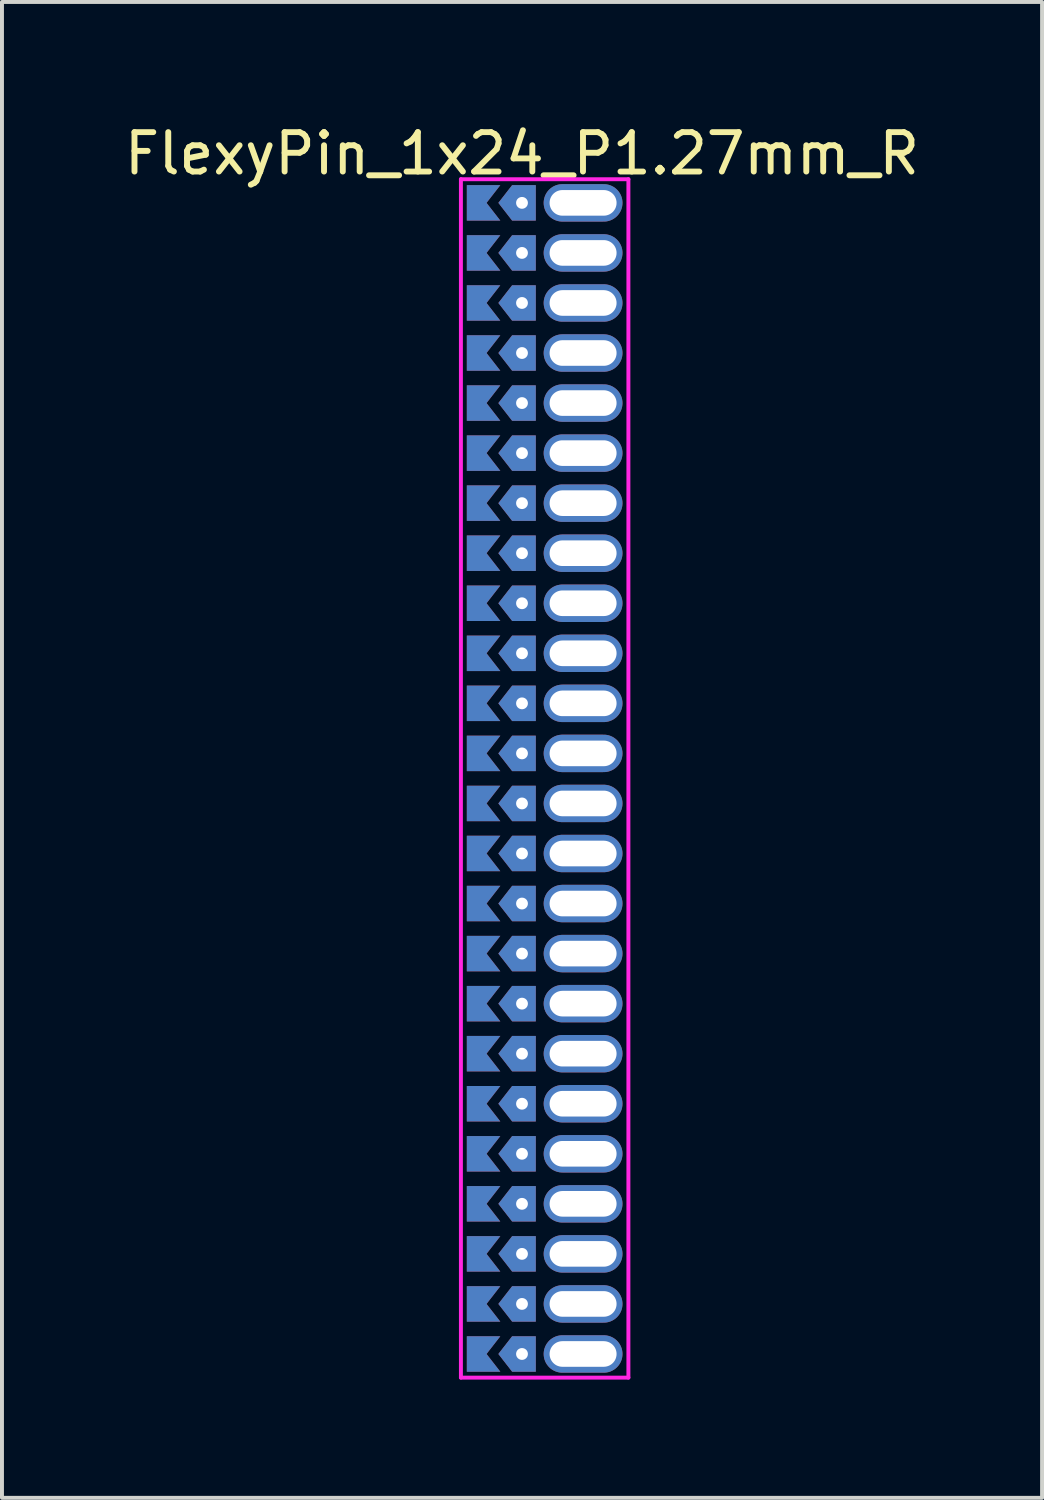
<source format=kicad_pcb>
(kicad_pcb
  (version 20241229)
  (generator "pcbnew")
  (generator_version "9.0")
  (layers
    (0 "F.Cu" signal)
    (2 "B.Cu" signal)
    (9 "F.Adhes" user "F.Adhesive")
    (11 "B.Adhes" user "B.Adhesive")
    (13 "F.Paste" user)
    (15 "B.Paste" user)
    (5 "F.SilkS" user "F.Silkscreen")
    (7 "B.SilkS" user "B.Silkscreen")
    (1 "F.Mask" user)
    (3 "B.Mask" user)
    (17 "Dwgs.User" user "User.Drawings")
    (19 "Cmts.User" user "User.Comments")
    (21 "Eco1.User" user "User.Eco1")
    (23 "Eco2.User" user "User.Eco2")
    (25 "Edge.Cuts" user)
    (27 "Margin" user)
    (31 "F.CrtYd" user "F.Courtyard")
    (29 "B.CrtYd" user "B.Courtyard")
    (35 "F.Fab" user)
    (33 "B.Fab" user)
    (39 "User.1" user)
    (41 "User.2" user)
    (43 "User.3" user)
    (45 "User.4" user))
  (footprint "FlexyPin_1x24_P1.27mm_R"
    (layer "F.Cu")
    (at 10.196 2.098)
    (property "Reference" "FlexyPin_1x24_P1.27mm_R" (at 0 -1.25 0) (layer "F.SilkS") (effects (font (size 1 1) (thickness 0.15))))
    (attr through_hole)
    (fp_line (start -1.55 -0.6) (end 2.7 -0.6) (stroke (width 0.1) (type solid)) (layer "F.CrtYd"))
    (fp_line (start -1.55 29.81) (end -1.55 -0.6) (stroke (width 0.1) (type solid)) (layer "F.CrtYd"))
    (fp_line (start 2.7 -0.6) (end 2.7 29.81) (stroke (width 0.1) (type solid)) (layer "F.CrtYd"))
    (fp_line (start 2.7 29.81) (end -1.55 29.81) (stroke (width 0.1) (type solid)) (layer "F.CrtYd"))
    (pad "" thru_hole custom (at 0 0) (size 0.3 0.3) (drill 0.6) (layers "*.Cu" "*.Mask") (options (anchor rect)) (primitives (gr_poly (pts (xy 0.35 0.45) (xy 0.35 -0.45) (xy -0.25 -0.45) (xy -0.6 0) (xy -0.25 0.45)) (width 0) (fill yes))))
    (pad "" thru_hole custom (at 0 1.27) (size 0.3 0.3) (drill 0.6) (layers "*.Cu" "*.Mask") (options (anchor rect)) (primitives (gr_poly (pts (xy 0.35 0.45) (xy 0.35 -0.45) (xy -0.25 -0.45) (xy -0.6 0) (xy -0.25 0.45)) (width 0) (fill yes))))
    (pad "" thru_hole custom (at 0 2.54) (size 0.3 0.3) (drill 0.6) (layers "*.Cu" "*.Mask") (options (anchor rect)) (primitives (gr_poly (pts (xy 0.35 0.45) (xy 0.35 -0.45) (xy -0.25 -0.45) (xy -0.6 0) (xy -0.25 0.45)) (width 0) (fill yes))))
    (pad "" thru_hole custom (at 0 3.81) (size 0.3 0.3) (drill 0.6) (layers "*.Cu" "*.Mask") (options (anchor rect)) (primitives (gr_poly (pts (xy 0.35 0.45) (xy 0.35 -0.45) (xy -0.25 -0.45) (xy -0.6 0) (xy -0.25 0.45)) (width 0) (fill yes))))
    (pad "" thru_hole custom (at 0 5.08) (size 0.3 0.3) (drill 0.6) (layers "*.Cu" "*.Mask") (options (anchor rect)) (primitives (gr_poly (pts (xy 0.35 0.45) (xy 0.35 -0.45) (xy -0.25 -0.45) (xy -0.6 0) (xy -0.25 0.45)) (width 0) (fill yes))))
    (pad "" thru_hole custom (at 0 6.35) (size 0.3 0.3) (drill 0.6) (layers "*.Cu" "*.Mask") (options (anchor rect)) (primitives (gr_poly (pts (xy 0.35 0.45) (xy 0.35 -0.45) (xy -0.25 -0.45) (xy -0.6 0) (xy -0.25 0.45)) (width 0) (fill yes))))
    (pad "" thru_hole custom (at 0 7.62) (size 0.3 0.3) (drill 0.6) (layers "*.Cu" "*.Mask") (options (anchor rect)) (primitives (gr_poly (pts (xy 0.35 0.45) (xy 0.35 -0.45) (xy -0.25 -0.45) (xy -0.6 0) (xy -0.25 0.45)) (width 0) (fill yes))))
    (pad "" thru_hole custom (at 0 8.89) (size 0.3 0.3) (drill 0.6) (layers "*.Cu" "*.Mask") (options (anchor rect)) (primitives (gr_poly (pts (xy 0.35 0.45) (xy 0.35 -0.45) (xy -0.25 -0.45) (xy -0.6 0) (xy -0.25 0.45)) (width 0) (fill yes))))
    (pad "" thru_hole custom (at 0 10.16) (size 0.3 0.3) (drill 0.6) (layers "*.Cu" "*.Mask") (options (anchor rect)) (primitives (gr_poly (pts (xy 0.35 0.45) (xy 0.35 -0.45) (xy -0.25 -0.45) (xy -0.6 0) (xy -0.25 0.45)) (width 0) (fill yes))))
    (pad "" thru_hole custom (at 0 11.43) (size 0.3 0.3) (drill 0.6) (layers "*.Cu" "*.Mask") (options (anchor rect)) (primitives (gr_poly (pts (xy 0.35 0.45) (xy 0.35 -0.45) (xy -0.25 -0.45) (xy -0.6 0) (xy -0.25 0.45)) (width 0) (fill yes))))
    (pad "" thru_hole custom (at 0 12.7) (size 0.3 0.3) (drill 0.6) (layers "*.Cu" "*.Mask") (options (anchor rect)) (primitives (gr_poly (pts (xy 0.35 0.45) (xy 0.35 -0.45) (xy -0.25 -0.45) (xy -0.6 0) (xy -0.25 0.45)) (width 0) (fill yes))))
    (pad "" thru_hole custom (at 0 13.97) (size 0.3 0.3) (drill 0.6) (layers "*.Cu" "*.Mask") (options (anchor rect)) (primitives (gr_poly (pts (xy 0.35 0.45) (xy 0.35 -0.45) (xy -0.25 -0.45) (xy -0.6 0) (xy -0.25 0.45)) (width 0) (fill yes))))
    (pad "" thru_hole custom (at 0 15.24) (size 0.3 0.3) (drill 0.6) (layers "*.Cu" "*.Mask") (options (anchor rect)) (primitives (gr_poly (pts (xy 0.35 0.45) (xy 0.35 -0.45) (xy -0.25 -0.45) (xy -0.6 0) (xy -0.25 0.45)) (width 0) (fill yes))))
    (pad "" thru_hole custom (at 0 16.51) (size 0.3 0.3) (drill 0.6) (layers "*.Cu" "*.Mask") (options (anchor rect)) (primitives (gr_poly (pts (xy 0.35 0.45) (xy 0.35 -0.45) (xy -0.25 -0.45) (xy -0.6 0) (xy -0.25 0.45)) (width 0) (fill yes))))
    (pad "" thru_hole custom (at 0 17.78) (size 0.3 0.3) (drill 0.6) (layers "*.Cu" "*.Mask") (options (anchor rect)) (primitives (gr_poly (pts (xy 0.35 0.45) (xy 0.35 -0.45) (xy -0.25 -0.45) (xy -0.6 0) (xy -0.25 0.45)) (width 0) (fill yes))))
    (pad "" thru_hole custom (at 0 19.05) (size 0.3 0.3) (drill 0.6) (layers "*.Cu" "*.Mask") (options (anchor rect)) (primitives (gr_poly (pts (xy 0.35 0.45) (xy 0.35 -0.45) (xy -0.25 -0.45) (xy -0.6 0) (xy -0.25 0.45)) (width 0) (fill yes))))
    (pad "" thru_hole custom (at 0 20.32) (size 0.3 0.3) (drill 0.6) (layers "*.Cu" "*.Mask") (options (anchor rect)) (primitives (gr_poly (pts (xy 0.35 0.45) (xy 0.35 -0.45) (xy -0.25 -0.45) (xy -0.6 0) (xy -0.25 0.45)) (width 0) (fill yes))))
    (pad "" thru_hole custom (at 0 21.59) (size 0.3 0.3) (drill 0.6) (layers "*.Cu" "*.Mask") (options (anchor rect)) (primitives (gr_poly (pts (xy 0.35 0.45) (xy 0.35 -0.45) (xy -0.25 -0.45) (xy -0.6 0) (xy -0.25 0.45)) (width 0) (fill yes))))
    (pad "" thru_hole custom (at 0 22.86) (size 0.3 0.3) (drill 0.6) (layers "*.Cu" "*.Mask") (options (anchor rect)) (primitives (gr_poly (pts (xy 0.35 0.45) (xy 0.35 -0.45) (xy -0.25 -0.45) (xy -0.6 0) (xy -0.25 0.45)) (width 0) (fill yes))))
    (pad "" thru_hole custom (at 0 24.13) (size 0.3 0.3) (drill 0.6) (layers "*.Cu" "*.Mask") (options (anchor rect)) (primitives (gr_poly (pts (xy 0.35 0.45) (xy 0.35 -0.45) (xy -0.25 -0.45) (xy -0.6 0) (xy -0.25 0.45)) (width 0) (fill yes))))
    (pad "" thru_hole custom (at 0 25.4) (size 0.3 0.3) (drill 0.6) (layers "*.Cu" "*.Mask") (options (anchor rect)) (primitives (gr_poly (pts (xy 0.35 0.45) (xy 0.35 -0.45) (xy -0.25 -0.45) (xy -0.6 0) (xy -0.25 0.45)) (width 0) (fill yes))))
    (pad "" thru_hole custom (at 0 26.67) (size 0.3 0.3) (drill 0.6) (layers "*.Cu" "*.Mask") (options (anchor rect)) (primitives (gr_poly (pts (xy 0.35 0.45) (xy 0.35 -0.45) (xy -0.25 -0.45) (xy -0.6 0) (xy -0.25 0.45)) (width 0) (fill yes))))
    (pad "" thru_hole custom (at 0 27.94) (size 0.3 0.3) (drill 0.6) (layers "*.Cu" "*.Mask") (options (anchor rect)) (primitives (gr_poly (pts (xy 0.35 0.45) (xy 0.35 -0.45) (xy -0.25 -0.45) (xy -0.6 0) (xy -0.25 0.45)) (width 0) (fill yes))))
    (pad "" thru_hole custom (at 0 29.21) (size 0.3 0.3) (drill 0.6) (layers "*.Cu" "*.Mask") (options (anchor rect)) (primitives (gr_poly (pts (xy 0.35 0.45) (xy 0.35 -0.45) (xy -0.25 -0.45) (xy -0.6 0) (xy -0.25 0.45)) (width 0) (fill yes))))
    (pad "" thru_hole oval (at 1.55 0) (size 2 0.95) (drill oval 1.7 0.65) (layers "*.Cu" "*.Mask"))
    (pad "" thru_hole oval (at 1.55 1.27) (size 2 0.95) (drill oval 1.7 0.65) (layers "*.Cu" "*.Mask"))
    (pad "" thru_hole oval (at 1.55 2.54) (size 2 0.95) (drill oval 1.7 0.65) (layers "*.Cu" "*.Mask"))
    (pad "" thru_hole oval (at 1.55 3.81) (size 2 0.95) (drill oval 1.7 0.65) (layers "*.Cu" "*.Mask"))
    (pad "" thru_hole oval (at 1.55 5.08) (size 2 0.95) (drill oval 1.7 0.65) (layers "*.Cu" "*.Mask"))
    (pad "" thru_hole oval (at 1.55 6.35) (size 2 0.95) (drill oval 1.7 0.65) (layers "*.Cu" "*.Mask"))
    (pad "" thru_hole oval (at 1.55 7.62) (size 2 0.95) (drill oval 1.7 0.65) (layers "*.Cu" "*.Mask"))
    (pad "" thru_hole oval (at 1.55 8.89) (size 2 0.95) (drill oval 1.7 0.65) (layers "*.Cu" "*.Mask"))
    (pad "" thru_hole oval (at 1.55 10.16) (size 2 0.95) (drill oval 1.7 0.65) (layers "*.Cu" "*.Mask"))
    (pad "" thru_hole oval (at 1.55 11.43) (size 2 0.95) (drill oval 1.7 0.65) (layers "*.Cu" "*.Mask"))
    (pad "" thru_hole oval (at 1.55 12.7) (size 2 0.95) (drill oval 1.7 0.65) (layers "*.Cu" "*.Mask"))
    (pad "" thru_hole oval (at 1.55 13.97) (size 2 0.95) (drill oval 1.7 0.65) (layers "*.Cu" "*.Mask"))
    (pad "" thru_hole oval (at 1.55 15.24) (size 2 0.95) (drill oval 1.7 0.65) (layers "*.Cu" "*.Mask"))
    (pad "" thru_hole oval (at 1.55 16.51) (size 2 0.95) (drill oval 1.7 0.65) (layers "*.Cu" "*.Mask"))
    (pad "" thru_hole oval (at 1.55 17.78) (size 2 0.95) (drill oval 1.7 0.65) (layers "*.Cu" "*.Mask"))
    (pad "" thru_hole oval (at 1.55 19.05) (size 2 0.95) (drill oval 1.7 0.65) (layers "*.Cu" "*.Mask"))
    (pad "" thru_hole oval (at 1.55 20.32) (size 2 0.95) (drill oval 1.7 0.65) (layers "*.Cu" "*.Mask"))
    (pad "" thru_hole oval (at 1.55 21.59) (size 2 0.95) (drill oval 1.7 0.65) (layers "*.Cu" "*.Mask"))
    (pad "" thru_hole oval (at 1.55 22.86) (size 2 0.95) (drill oval 1.7 0.65) (layers "*.Cu" "*.Mask"))
    (pad "" thru_hole oval (at 1.55 24.13) (size 2 0.95) (drill oval 1.7 0.65) (layers "*.Cu" "*.Mask"))
    (pad "" thru_hole oval (at 1.55 25.4) (size 2 0.95) (drill oval 1.7 0.65) (layers "*.Cu" "*.Mask"))
    (pad "" thru_hole oval (at 1.55 26.67) (size 2 0.95) (drill oval 1.7 0.65) (layers "*.Cu" "*.Mask"))
    (pad "" thru_hole oval (at 1.55 27.94) (size 2 0.95) (drill oval 1.7 0.65) (layers "*.Cu" "*.Mask"))
    (pad "" thru_hole oval (at 1.55 29.21) (size 2 0.95) (drill oval 1.7 0.65) (layers "*.Cu" "*.Mask"))
    (pad "1" smd custom (at -0.9 0) (size 0.01 0.01) (layers "F.Cu" "F.Mask") (options (anchor rect)) (primitives (gr_poly (pts (xy 0 0) (xy 0.35 0.45) (xy -0.5 0.45) (xy -0.5 -0.45) (xy 0.35 -0.45)) (width 0) (fill yes))))
    (pad "2" smd custom (at -0.9 1.27) (size 0.01 0.01) (layers "F.Cu" "F.Mask") (options (anchor rect)) (primitives (gr_poly (pts (xy 0 0) (xy 0.35 0.45) (xy -0.5 0.45) (xy -0.5 -0.45) (xy 0.35 -0.45)) (width 0) (fill yes))))
    (pad "3" smd custom (at -0.9 2.54) (size 0.01 0.01) (layers "F.Cu" "F.Mask") (options (anchor rect)) (primitives (gr_poly (pts (xy 0 0) (xy 0.35 0.45) (xy -0.5 0.45) (xy -0.5 -0.45) (xy 0.35 -0.45)) (width 0) (fill yes))))
    (pad "4" smd custom (at -0.9 3.81) (size 0.01 0.01) (layers "F.Cu" "F.Mask") (options (anchor rect)) (primitives (gr_poly (pts (xy 0 0) (xy 0.35 0.45) (xy -0.5 0.45) (xy -0.5 -0.45) (xy 0.35 -0.45)) (width 0) (fill yes))))
    (pad "5" smd custom (at -0.9 5.08) (size 0.01 0.01) (layers "F.Cu" "F.Mask") (options (anchor rect)) (primitives (gr_poly (pts (xy 0 0) (xy 0.35 0.45) (xy -0.5 0.45) (xy -0.5 -0.45) (xy 0.35 -0.45)) (width 0) (fill yes))))
    (pad "6" smd custom (at -0.9 6.35) (size 0.01 0.01) (layers "F.Cu" "F.Mask") (options (anchor rect)) (primitives (gr_poly (pts (xy 0 0) (xy 0.35 0.45) (xy -0.5 0.45) (xy -0.5 -0.45) (xy 0.35 -0.45)) (width 0) (fill yes))))
    (pad "7" smd custom (at -0.9 7.62) (size 0.01 0.01) (layers "F.Cu" "F.Mask") (options (anchor rect)) (primitives (gr_poly (pts (xy 0 0) (xy 0.35 0.45) (xy -0.5 0.45) (xy -0.5 -0.45) (xy 0.35 -0.45)) (width 0) (fill yes))))
    (pad "8" smd custom (at -0.9 8.89) (size 0.01 0.01) (layers "F.Cu" "F.Mask") (options (anchor rect)) (primitives (gr_poly (pts (xy 0 0) (xy 0.35 0.45) (xy -0.5 0.45) (xy -0.5 -0.45) (xy 0.35 -0.45)) (width 0) (fill yes))))
    (pad "9" smd custom (at -0.9 10.16) (size 0.01 0.01) (layers "F.Cu" "F.Mask") (options (anchor rect)) (primitives (gr_poly (pts (xy 0 0) (xy 0.35 0.45) (xy -0.5 0.45) (xy -0.5 -0.45) (xy 0.35 -0.45)) (width 0) (fill yes))))
    (pad "10" smd custom (at -0.9 11.43) (size 0.01 0.01) (layers "F.Cu" "F.Mask") (options (anchor rect)) (primitives (gr_poly (pts (xy 0 0) (xy 0.35 0.45) (xy -0.5 0.45) (xy -0.5 -0.45) (xy 0.35 -0.45)) (width 0) (fill yes))))
    (pad "11" smd custom (at -0.9 12.7) (size 0.01 0.01) (layers "F.Cu" "F.Mask") (options (anchor rect)) (primitives (gr_poly (pts (xy 0 0) (xy 0.35 0.45) (xy -0.5 0.45) (xy -0.5 -0.45) (xy 0.35 -0.45)) (width 0) (fill yes))))
    (pad "12" smd custom (at -0.9 13.97) (size 0.01 0.01) (layers "F.Cu" "F.Mask") (options (anchor rect)) (primitives (gr_poly (pts (xy 0 0) (xy 0.35 0.45) (xy -0.5 0.45) (xy -0.5 -0.45) (xy 0.35 -0.45)) (width 0) (fill yes))))
    (pad "13" smd custom (at -0.9 15.24) (size 0.01 0.01) (layers "F.Cu" "F.Mask") (options (anchor rect)) (primitives (gr_poly (pts (xy 0 0) (xy 0.35 0.45) (xy -0.5 0.45) (xy -0.5 -0.45) (xy 0.35 -0.45)) (width 0) (fill yes))))
    (pad "14" smd custom (at -0.9 16.51) (size 0.01 0.01) (layers "F.Cu" "F.Mask") (options (anchor rect)) (primitives (gr_poly (pts (xy 0 0) (xy 0.35 0.45) (xy -0.5 0.45) (xy -0.5 -0.45) (xy 0.35 -0.45)) (width 0) (fill yes))))
    (pad "15" smd custom (at -0.9 17.78) (size 0.01 0.01) (layers "F.Cu" "F.Mask") (options (anchor rect)) (primitives (gr_poly (pts (xy 0 0) (xy 0.35 0.45) (xy -0.5 0.45) (xy -0.5 -0.45) (xy 0.35 -0.45)) (width 0) (fill yes))))
    (pad "16" smd custom (at -0.9 19.05) (size 0.01 0.01) (layers "F.Cu" "F.Mask") (options (anchor rect)) (primitives (gr_poly (pts (xy 0 0) (xy 0.35 0.45) (xy -0.5 0.45) (xy -0.5 -0.45) (xy 0.35 -0.45)) (width 0) (fill yes))))
    (pad "17" smd custom (at -0.9 20.32) (size 0.01 0.01) (layers "F.Cu" "F.Mask") (options (anchor rect)) (primitives (gr_poly (pts (xy 0 0) (xy 0.35 0.45) (xy -0.5 0.45) (xy -0.5 -0.45) (xy 0.35 -0.45)) (width 0) (fill yes))))
    (pad "18" smd custom (at -0.9 21.59) (size 0.01 0.01) (layers "F.Cu" "F.Mask") (options (anchor rect)) (primitives (gr_poly (pts (xy 0 0) (xy 0.35 0.45) (xy -0.5 0.45) (xy -0.5 -0.45) (xy 0.35 -0.45)) (width 0) (fill yes))))
    (pad "19" smd custom (at -0.9 22.86) (size 0.01 0.01) (layers "F.Cu" "F.Mask") (options (anchor rect)) (primitives (gr_poly (pts (xy 0 0) (xy 0.35 0.45) (xy -0.5 0.45) (xy -0.5 -0.45) (xy 0.35 -0.45)) (width 0) (fill yes))))
    (pad "20" smd custom (at -0.9 24.13) (size 0.01 0.01) (layers "F.Cu" "F.Mask") (options (anchor rect)) (primitives (gr_poly (pts (xy 0 0) (xy 0.35 0.45) (xy -0.5 0.45) (xy -0.5 -0.45) (xy 0.35 -0.45)) (width 0) (fill yes))))
    (pad "21" smd custom (at -0.9 25.4) (size 0.01 0.01) (layers "F.Cu" "F.Mask") (options (anchor rect)) (primitives (gr_poly (pts (xy 0 0) (xy 0.35 0.45) (xy -0.5 0.45) (xy -0.5 -0.45) (xy 0.35 -0.45)) (width 0) (fill yes))))
    (pad "22" smd custom (at -0.9 26.67) (size 0.01 0.01) (layers "F.Cu" "F.Mask") (options (anchor rect)) (primitives (gr_poly (pts (xy 0 0) (xy 0.35 0.45) (xy -0.5 0.45) (xy -0.5 -0.45) (xy 0.35 -0.45)) (width 0) (fill yes))))
    (pad "23" smd custom (at -0.9 27.94) (size 0.01 0.01) (layers "F.Cu" "F.Mask") (options (anchor rect)) (primitives (gr_poly (pts (xy 0 0) (xy 0.35 0.45) (xy -0.5 0.45) (xy -0.5 -0.45) (xy 0.35 -0.45)) (width 0) (fill yes))))
    (pad "24" smd custom (at -0.9 29.21) (size 0.01 0.01) (layers "F.Cu" "F.Mask") (options (anchor rect)) (primitives (gr_poly (pts (xy 0 0) (xy 0.35 0.45) (xy -0.5 0.45) (xy -0.5 -0.45) (xy 0.35 -0.45)) (width 0) (fill yes))))
    (pad "25" smd custom (at -0.9 0) (size 0.01 0.01) (layers "B.Cu" "B.Mask") (options (anchor rect)) (primitives (gr_poly (pts (xy 0 0) (xy 0.35 0.45) (xy -0.5 0.45) (xy -0.5 -0.45) (xy 0.35 -0.45)) (width 0) (fill yes))))
    (pad "26" smd custom (at -0.9 1.27) (size 0.01 0.01) (layers "B.Cu" "B.Mask") (options (anchor rect)) (primitives (gr_poly (pts (xy 0 0) (xy 0.35 0.45) (xy -0.5 0.45) (xy -0.5 -0.45) (xy 0.35 -0.45)) (width 0) (fill yes))))
    (pad "27" smd custom (at -0.9 2.54) (size 0.01 0.01) (layers "B.Cu" "B.Mask") (options (anchor rect)) (primitives (gr_poly (pts (xy 0 0) (xy 0.35 0.45) (xy -0.5 0.45) (xy -0.5 -0.45) (xy 0.35 -0.45)) (width 0) (fill yes))))
    (pad "28" smd custom (at -0.9 3.81) (size 0.01 0.01) (layers "B.Cu" "B.Mask") (options (anchor rect)) (primitives (gr_poly (pts (xy 0 0) (xy 0.35 0.45) (xy -0.5 0.45) (xy -0.5 -0.45) (xy 0.35 -0.45)) (width 0) (fill yes))))
    (pad "29" smd custom (at -0.9 5.08) (size 0.01 0.01) (layers "B.Cu" "B.Mask") (options (anchor rect)) (primitives (gr_poly (pts (xy 0 0) (xy 0.35 0.45) (xy -0.5 0.45) (xy -0.5 -0.45) (xy 0.35 -0.45)) (width 0) (fill yes))))
    (pad "30" smd custom (at -0.9 6.35) (size 0.01 0.01) (layers "B.Cu" "B.Mask") (options (anchor rect)) (primitives (gr_poly (pts (xy 0 0) (xy 0.35 0.45) (xy -0.5 0.45) (xy -0.5 -0.45) (xy 0.35 -0.45)) (width 0) (fill yes))))
    (pad "31" smd custom (at -0.9 7.62) (size 0.01 0.01) (layers "B.Cu" "B.Mask") (options (anchor rect)) (primitives (gr_poly (pts (xy 0 0) (xy 0.35 0.45) (xy -0.5 0.45) (xy -0.5 -0.45) (xy 0.35 -0.45)) (width 0) (fill yes))))
    (pad "32" smd custom (at -0.9 8.89) (size 0.01 0.01) (layers "B.Cu" "B.Mask") (options (anchor rect)) (primitives (gr_poly (pts (xy 0 0) (xy 0.35 0.45) (xy -0.5 0.45) (xy -0.5 -0.45) (xy 0.35 -0.45)) (width 0) (fill yes))))
    (pad "33" smd custom (at -0.9 10.16) (size 0.01 0.01) (layers "B.Cu" "B.Mask") (options (anchor rect)) (primitives (gr_poly (pts (xy 0 0) (xy 0.35 0.45) (xy -0.5 0.45) (xy -0.5 -0.45) (xy 0.35 -0.45)) (width 0) (fill yes))))
    (pad "34" smd custom (at -0.9 11.43) (size 0.01 0.01) (layers "B.Cu" "B.Mask") (options (anchor rect)) (primitives (gr_poly (pts (xy 0 0) (xy 0.35 0.45) (xy -0.5 0.45) (xy -0.5 -0.45) (xy 0.35 -0.45)) (width 0) (fill yes))))
    (pad "35" smd custom (at -0.9 12.7) (size 0.01 0.01) (layers "B.Cu" "B.Mask") (options (anchor rect)) (primitives (gr_poly (pts (xy 0 0) (xy 0.35 0.45) (xy -0.5 0.45) (xy -0.5 -0.45) (xy 0.35 -0.45)) (width 0) (fill yes))))
    (pad "36" smd custom (at -0.9 13.97) (size 0.01 0.01) (layers "B.Cu" "B.Mask") (options (anchor rect)) (primitives (gr_poly (pts (xy 0 0) (xy 0.35 0.45) (xy -0.5 0.45) (xy -0.5 -0.45) (xy 0.35 -0.45)) (width 0) (fill yes))))
    (pad "37" smd custom (at -0.9 15.24) (size 0.01 0.01) (layers "B.Cu" "B.Mask") (options (anchor rect)) (primitives (gr_poly (pts (xy 0 0) (xy 0.35 0.45) (xy -0.5 0.45) (xy -0.5 -0.45) (xy 0.35 -0.45)) (width 0) (fill yes))))
    (pad "38" smd custom (at -0.9 16.51) (size 0.01 0.01) (layers "B.Cu" "B.Mask") (options (anchor rect)) (primitives (gr_poly (pts (xy 0 0) (xy 0.35 0.45) (xy -0.5 0.45) (xy -0.5 -0.45) (xy 0.35 -0.45)) (width 0) (fill yes))))
    (pad "39" smd custom (at -0.9 17.78) (size 0.01 0.01) (layers "B.Cu" "B.Mask") (options (anchor rect)) (primitives (gr_poly (pts (xy 0 0) (xy 0.35 0.45) (xy -0.5 0.45) (xy -0.5 -0.45) (xy 0.35 -0.45)) (width 0) (fill yes))))
    (pad "40" smd custom (at -0.9 19.05) (size 0.01 0.01) (layers "B.Cu" "B.Mask") (options (anchor rect)) (primitives (gr_poly (pts (xy 0 0) (xy 0.35 0.45) (xy -0.5 0.45) (xy -0.5 -0.45) (xy 0.35 -0.45)) (width 0) (fill yes))))
    (pad "41" smd custom (at -0.9 20.32) (size 0.01 0.01) (layers "B.Cu" "B.Mask") (options (anchor rect)) (primitives (gr_poly (pts (xy 0 0) (xy 0.35 0.45) (xy -0.5 0.45) (xy -0.5 -0.45) (xy 0.35 -0.45)) (width 0) (fill yes))))
    (pad "42" smd custom (at -0.9 21.59) (size 0.01 0.01) (layers "B.Cu" "B.Mask") (options (anchor rect)) (primitives (gr_poly (pts (xy 0 0) (xy 0.35 0.45) (xy -0.5 0.45) (xy -0.5 -0.45) (xy 0.35 -0.45)) (width 0) (fill yes))))
    (pad "43" smd custom (at -0.9 22.86) (size 0.01 0.01) (layers "B.Cu" "B.Mask") (options (anchor rect)) (primitives (gr_poly (pts (xy 0 0) (xy 0.35 0.45) (xy -0.5 0.45) (xy -0.5 -0.45) (xy 0.35 -0.45)) (width 0) (fill yes))))
    (pad "44" smd custom (at -0.9 24.13) (size 0.01 0.01) (layers "B.Cu" "B.Mask") (options (anchor rect)) (primitives (gr_poly (pts (xy 0 0) (xy 0.35 0.45) (xy -0.5 0.45) (xy -0.5 -0.45) (xy 0.35 -0.45)) (width 0) (fill yes))))
    (pad "45" smd custom (at -0.9 25.4) (size 0.01 0.01) (layers "B.Cu" "B.Mask") (options (anchor rect)) (primitives (gr_poly (pts (xy 0 0) (xy 0.35 0.45) (xy -0.5 0.45) (xy -0.5 -0.45) (xy 0.35 -0.45)) (width 0) (fill yes))))
    (pad "46" smd custom (at -0.9 26.67) (size 0.01 0.01) (layers "B.Cu" "B.Mask") (options (anchor rect)) (primitives (gr_poly (pts (xy 0 0) (xy 0.35 0.45) (xy -0.5 0.45) (xy -0.5 -0.45) (xy 0.35 -0.45)) (width 0) (fill yes))))
    (pad "47" smd custom (at -0.9 27.94) (size 0.01 0.01) (layers "B.Cu" "B.Mask") (options (anchor rect)) (primitives (gr_poly (pts (xy 0 0) (xy 0.35 0.45) (xy -0.5 0.45) (xy -0.5 -0.45) (xy 0.35 -0.45)) (width 0) (fill yes))))
    (pad "48" smd custom (at -0.9 29.21) (size 0.01 0.01) (layers "B.Cu" "B.Mask") (options (anchor rect)) (primitives (gr_poly (pts (xy 0 0) (xy 0.35 0.45) (xy -0.5 0.45) (xy -0.5 -0.45) (xy 0.35 -0.45)) (width 0) (fill yes)))))
  (gr_rect
    (start -3 -3)
    (end 23.393 34.958)
    (stroke (width 0.1) (type default))
    (fill no)
    (layer "Edge.Cuts")))
</source>
